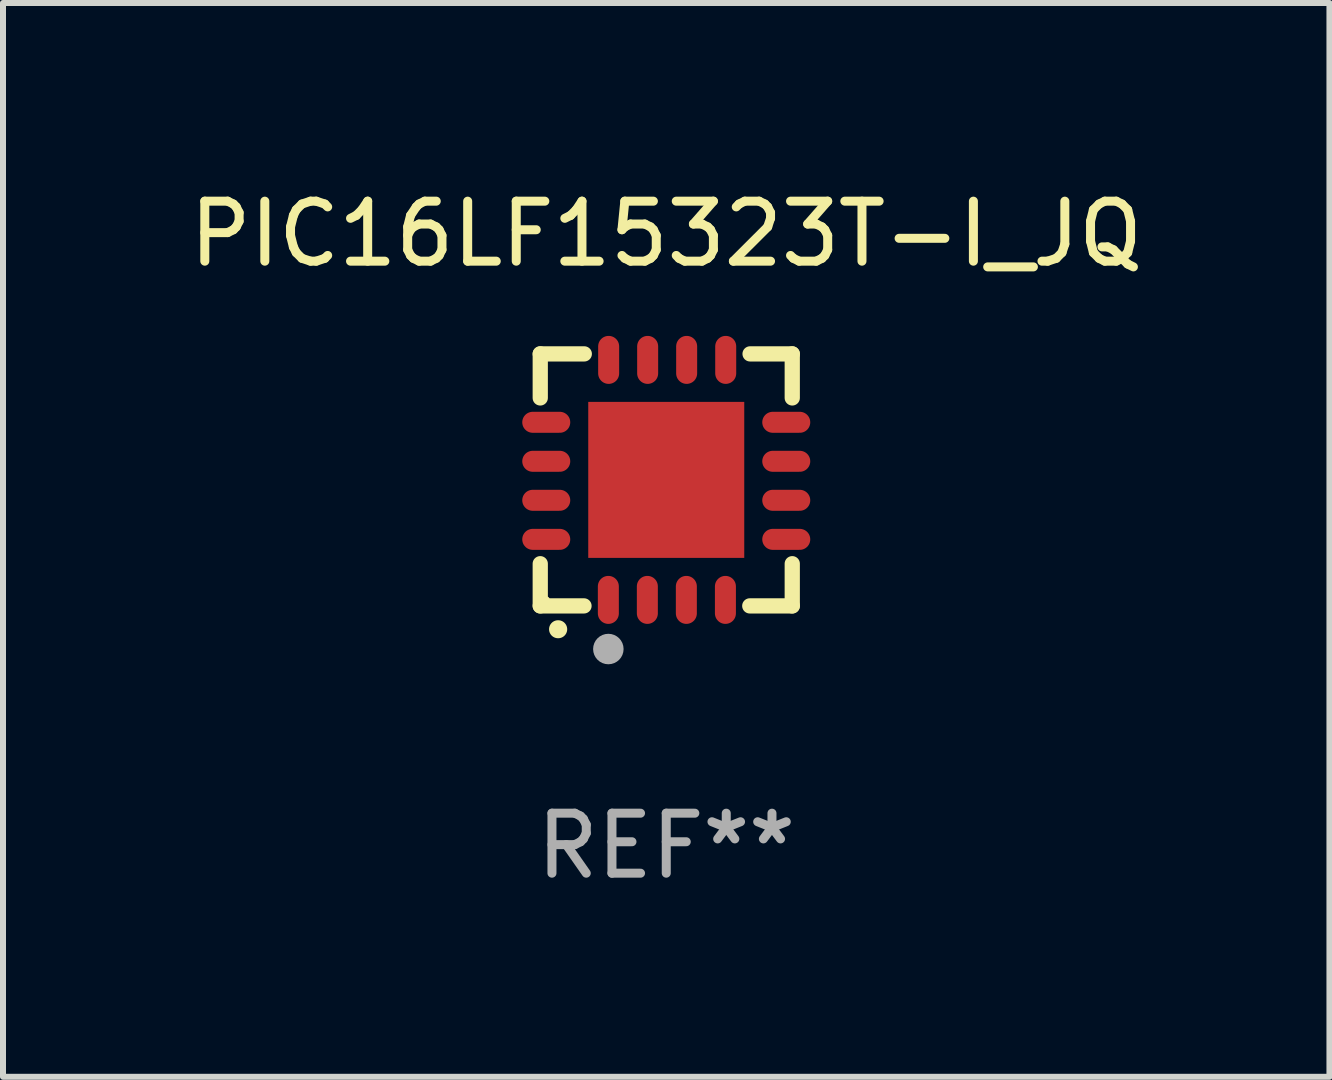
<source format=kicad_pcb>
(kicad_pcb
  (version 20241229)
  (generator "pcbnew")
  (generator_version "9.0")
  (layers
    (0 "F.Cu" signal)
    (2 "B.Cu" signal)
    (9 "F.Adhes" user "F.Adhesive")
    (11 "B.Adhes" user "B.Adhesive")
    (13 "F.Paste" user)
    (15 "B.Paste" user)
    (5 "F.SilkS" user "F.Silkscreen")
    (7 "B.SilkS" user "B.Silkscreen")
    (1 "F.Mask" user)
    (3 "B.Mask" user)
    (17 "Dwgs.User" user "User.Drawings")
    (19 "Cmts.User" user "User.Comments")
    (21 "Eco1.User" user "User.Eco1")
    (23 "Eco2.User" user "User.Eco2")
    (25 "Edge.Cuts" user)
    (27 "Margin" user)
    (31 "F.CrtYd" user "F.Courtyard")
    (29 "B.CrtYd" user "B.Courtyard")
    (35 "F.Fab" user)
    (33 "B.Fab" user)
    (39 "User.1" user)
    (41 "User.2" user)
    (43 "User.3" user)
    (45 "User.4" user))
  (footprint "PIC16LF15323T-I_JQ"
    (layer "F.Cu")
    (at 8.054 4.948)
    (property "Reference" "PIC16LF15323T-I_JQ" (at 0 -4.1 0) (layer "F.SilkS") (effects (font (size 1 1) (thickness 0.15))))
    (attr through_hole)
    (fp_line (start -2.1 -2.1) (end -1.366 -2.1) (stroke (width 0.254) (type solid)) (layer "F.SilkS"))
    (fp_line (start -2.1 -1.366) (end -2.1 -2.1) (stroke (width 0.254) (type solid)) (layer "F.SilkS"))
    (fp_line (start -2.1 2.1) (end -2.1 1.397) (stroke (width 0.254) (type solid)) (layer "F.SilkS"))
    (fp_line (start -2.1 2.1) (end -1.371 2.1) (stroke (width 0.254) (type solid)) (layer "F.SilkS"))
    (fp_line (start 1.392 2.1) (end 2.1 2.1) (stroke (width 0.254) (type solid)) (layer "F.SilkS"))
    (fp_line (start 1.397 -2.1) (end 2.1 -2.1) (stroke (width 0.254) (type solid)) (layer "F.SilkS"))
    (fp_line (start 2.1 -1.366) (end 2.1 -2.1) (stroke (width 0.254) (type solid)) (layer "F.SilkS"))
    (fp_line (start 2.1 2.1) (end 2.1 1.397) (stroke (width 0.254) (type solid)) (layer "F.SilkS"))
    (fp_arc (start -1.803404 2.489205) (mid -1.802134 2.4892) (end -1.800864 2.489205) (stroke (width 0.3) (type solid)) (layer "F.SilkS"))
    (fp_circle (center -2 2) (end -1.97 2) (stroke (width 0.06) (type solid)) (fill no) (layer "F.SilkS"))
    (fp_circle (center -0.965 2.819) (end -0.838 2.819) (stroke (width 0.254) (type solid)) (fill no) (layer "F.Fab"))
    (fp_text user "REF**" (at 0 6.1 0) (layer "F.Fab") (effects (font (size 1 1) (thickness 0.15))))
    (pad "1" smd oval (at -0.965 2) (size 0.35 0.8) (layers "F.Cu" "F.Mask" "F.Paste"))
    (pad "2" smd oval (at -0.315 2) (size 0.35 0.8) (layers "F.Cu" "F.Mask" "F.Paste"))
    (pad "3" smd oval (at 0.335 2) (size 0.35 0.8) (layers "F.Cu" "F.Mask" "F.Paste"))
    (pad "4" smd oval (at 0.986 2) (size 0.35 0.8) (layers "F.Cu" "F.Mask" "F.Paste"))
    (pad "5" smd oval (at 2 0.991 90) (size 0.35 0.8) (layers "F.Cu" "F.Mask" "F.Paste"))
    (pad "6" smd oval (at 2 0.34 90) (size 0.35 0.8) (layers "F.Cu" "F.Mask" "F.Paste"))
    (pad "7" smd oval (at 2 -0.31 90) (size 0.35 0.8) (layers "F.Cu" "F.Mask" "F.Paste"))
    (pad "8" smd oval (at 2 -0.96 90) (size 0.35 0.8) (layers "F.Cu" "F.Mask" "F.Paste"))
    (pad "9" smd oval (at 0.991 -2) (size 0.35 0.8) (layers "F.Cu" "F.Mask" "F.Paste"))
    (pad "10" smd oval (at 0.34 -2) (size 0.35 0.8) (layers "F.Cu" "F.Mask" "F.Paste"))
    (pad "11" smd oval (at -0.31 -2) (size 0.35 0.8) (layers "F.Cu" "F.Mask" "F.Paste"))
    (pad "12" smd oval (at -0.96 -2) (size 0.35 0.8) (layers "F.Cu" "F.Mask" "F.Paste"))
    (pad "13" smd oval (at -2 -0.96 90) (size 0.35 0.8) (layers "F.Cu" "F.Mask" "F.Paste"))
    (pad "14" smd oval (at -2 -0.31 90) (size 0.35 0.8) (layers "F.Cu" "F.Mask" "F.Paste"))
    (pad "15" smd oval (at -2 0.34 90) (size 0.35 0.8) (layers "F.Cu" "F.Mask" "F.Paste"))
    (pad "16" smd oval (at -2 0.991 90) (size 0.35 0.8) (layers "F.Cu" "F.Mask" "F.Paste"))
    (pad "17" smd rect (at 0 0 90) (size 2.6 2.6) (layers "F.Cu" "F.Mask" "F.Paste")))
  (gr_rect
    (start -3 -3)
    (end 19.107 14.896)
    (stroke (width 0.1) (type default))
    (fill no)
    (layer "Edge.Cuts")))
</source>
